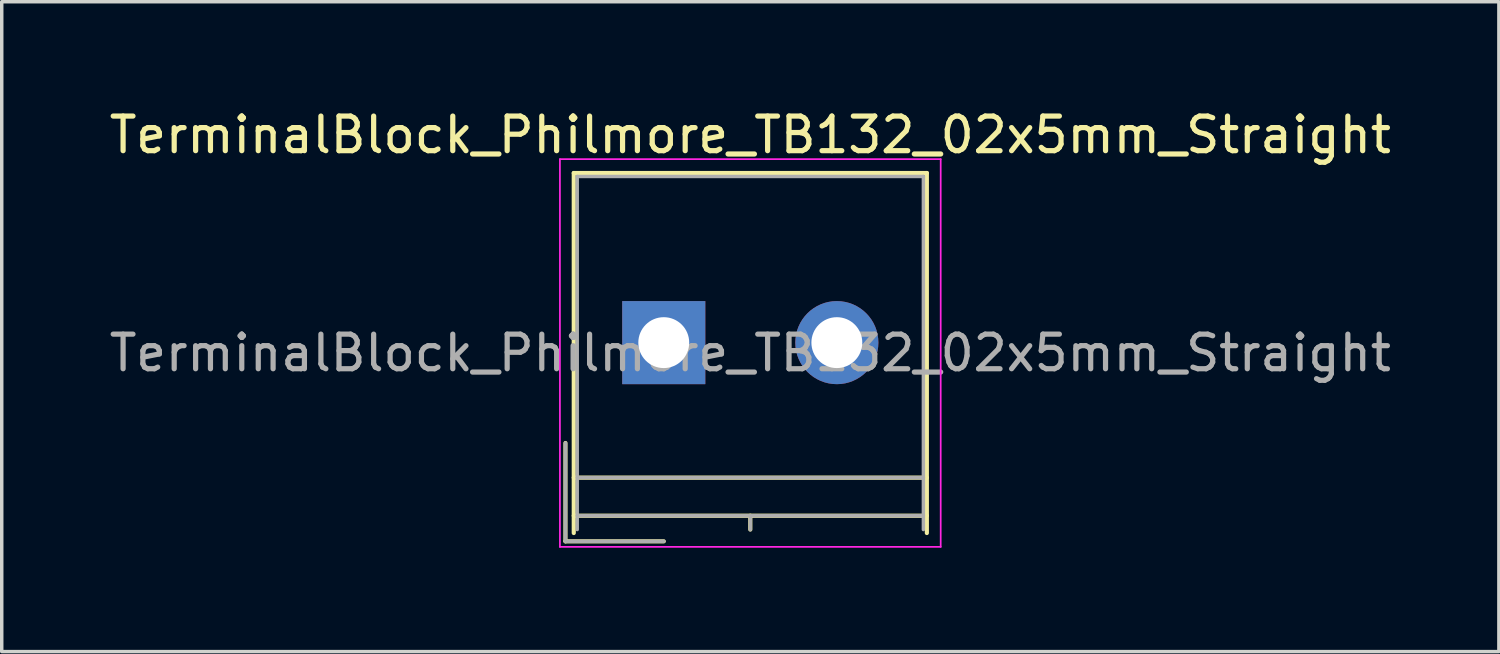
<source format=kicad_pcb>
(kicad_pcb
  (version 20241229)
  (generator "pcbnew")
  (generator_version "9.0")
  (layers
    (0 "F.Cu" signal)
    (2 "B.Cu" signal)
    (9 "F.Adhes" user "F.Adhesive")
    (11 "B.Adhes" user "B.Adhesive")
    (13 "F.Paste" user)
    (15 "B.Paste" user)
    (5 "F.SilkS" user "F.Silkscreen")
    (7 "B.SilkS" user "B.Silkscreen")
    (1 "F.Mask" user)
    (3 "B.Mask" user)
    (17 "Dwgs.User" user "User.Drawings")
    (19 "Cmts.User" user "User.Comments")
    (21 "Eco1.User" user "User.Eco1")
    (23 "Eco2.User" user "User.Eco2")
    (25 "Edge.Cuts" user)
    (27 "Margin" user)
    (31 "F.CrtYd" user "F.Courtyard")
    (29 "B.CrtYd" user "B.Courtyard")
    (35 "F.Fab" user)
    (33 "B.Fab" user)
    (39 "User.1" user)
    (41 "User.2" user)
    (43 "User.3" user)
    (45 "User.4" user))
  (footprint "TerminalBlock_Philmore_TB132_02x5mm_Straight"
    (layer "F.Cu")
    (at 16.125 6.848)
    (property "Reference" "TerminalBlock_Philmore_TB132_02x5mm_Straight" (at 2.5 -6 0) (layer "F.SilkS") (effects (font (size 1 1) (thickness 0.15))))
    (attr through_hole)
    (fp_line (start -2.84 2.9) (end -2.84 5.74) (stroke (width 0.12) (type solid)) (layer "F.SilkS"))
    (fp_line (start -2.84 5.74) (end 0 5.74) (stroke (width 0.12) (type solid)) (layer "F.SilkS"))
    (fp_line (start -2.6 -4.9) (end 7.6 -4.9) (stroke (width 0.12) (type solid)) (layer "F.SilkS"))
    (fp_line (start -2.6 3.9) (end 7.6 3.9) (stroke (width 0.12) (type solid)) (layer "F.SilkS"))
    (fp_line (start -2.6 5) (end 7.6 5) (stroke (width 0.12) (type solid)) (layer "F.SilkS"))
    (fp_line (start -2.6 5.5) (end -2.6 -4.9) (stroke (width 0.12) (type solid)) (layer "F.SilkS"))
    (fp_line (start 2.5 5) (end 2.5 5.4) (stroke (width 0.12) (type solid)) (layer "F.SilkS"))
    (fp_line (start 7.6 -4.9) (end 7.6 5.5) (stroke (width 0.12) (type solid)) (layer "F.SilkS"))
    (fp_line (start -3 -5.3) (end -3 5.9) (stroke (width 0.05) (type solid)) (layer "F.CrtYd"))
    (fp_line (start -3 5.9) (end 8 5.9) (stroke (width 0.05) (type solid)) (layer "F.CrtYd"))
    (fp_line (start 8 -5.3) (end -3 -5.3) (stroke (width 0.05) (type solid)) (layer "F.CrtYd"))
    (fp_line (start 8 5.9) (end 8 -5.3) (stroke (width 0.05) (type solid)) (layer "F.CrtYd"))
    (fp_line (start -2.84 2.9) (end -2.84 5.74) (stroke (width 0.1) (type solid)) (layer "F.Fab"))
    (fp_line (start -2.84 5.74) (end 0 5.74) (stroke (width 0.1) (type solid)) (layer "F.Fab"))
    (fp_line (start -2.5 -4.8) (end 7.5 -4.8) (stroke (width 0.1) (type solid)) (layer "F.Fab"))
    (fp_line (start -2.5 3.9) (end 7.5 3.9) (stroke (width 0.1) (type solid)) (layer "F.Fab"))
    (fp_line (start -2.5 5) (end 7.5 5) (stroke (width 0.1) (type solid)) (layer "F.Fab"))
    (fp_line (start -2.5 5.4) (end -2.5 -4.8) (stroke (width 0.1) (type solid)) (layer "F.Fab"))
    (fp_line (start 2.5 5) (end 2.5 5.4) (stroke (width 0.1) (type solid)) (layer "F.Fab"))
    (fp_line (start 7.5 -4.8) (end 7.5 5.4) (stroke (width 0.1) (type solid)) (layer "F.Fab"))
    (fp_text user "${REFERENCE}" (at 2.5 0.3 0) (layer "F.Fab") (effects (font (size 1 1) (thickness 0.15))))
    (pad "1" thru_hole rect (at 0 0) (size 2.4 2.4) (drill 1.47) (layers "*.Cu" "*.Mask"))
    (pad "2" thru_hole circle (at 5 0) (size 2.4 2.4) (drill 1.47) (layers "*.Cu" "*.Mask")))
  (gr_rect
    (start -3 -3)
    (end 40.25 15.773)
    (stroke (width 0.1) (type default))
    (fill no)
    (layer "Edge.Cuts")))
</source>
